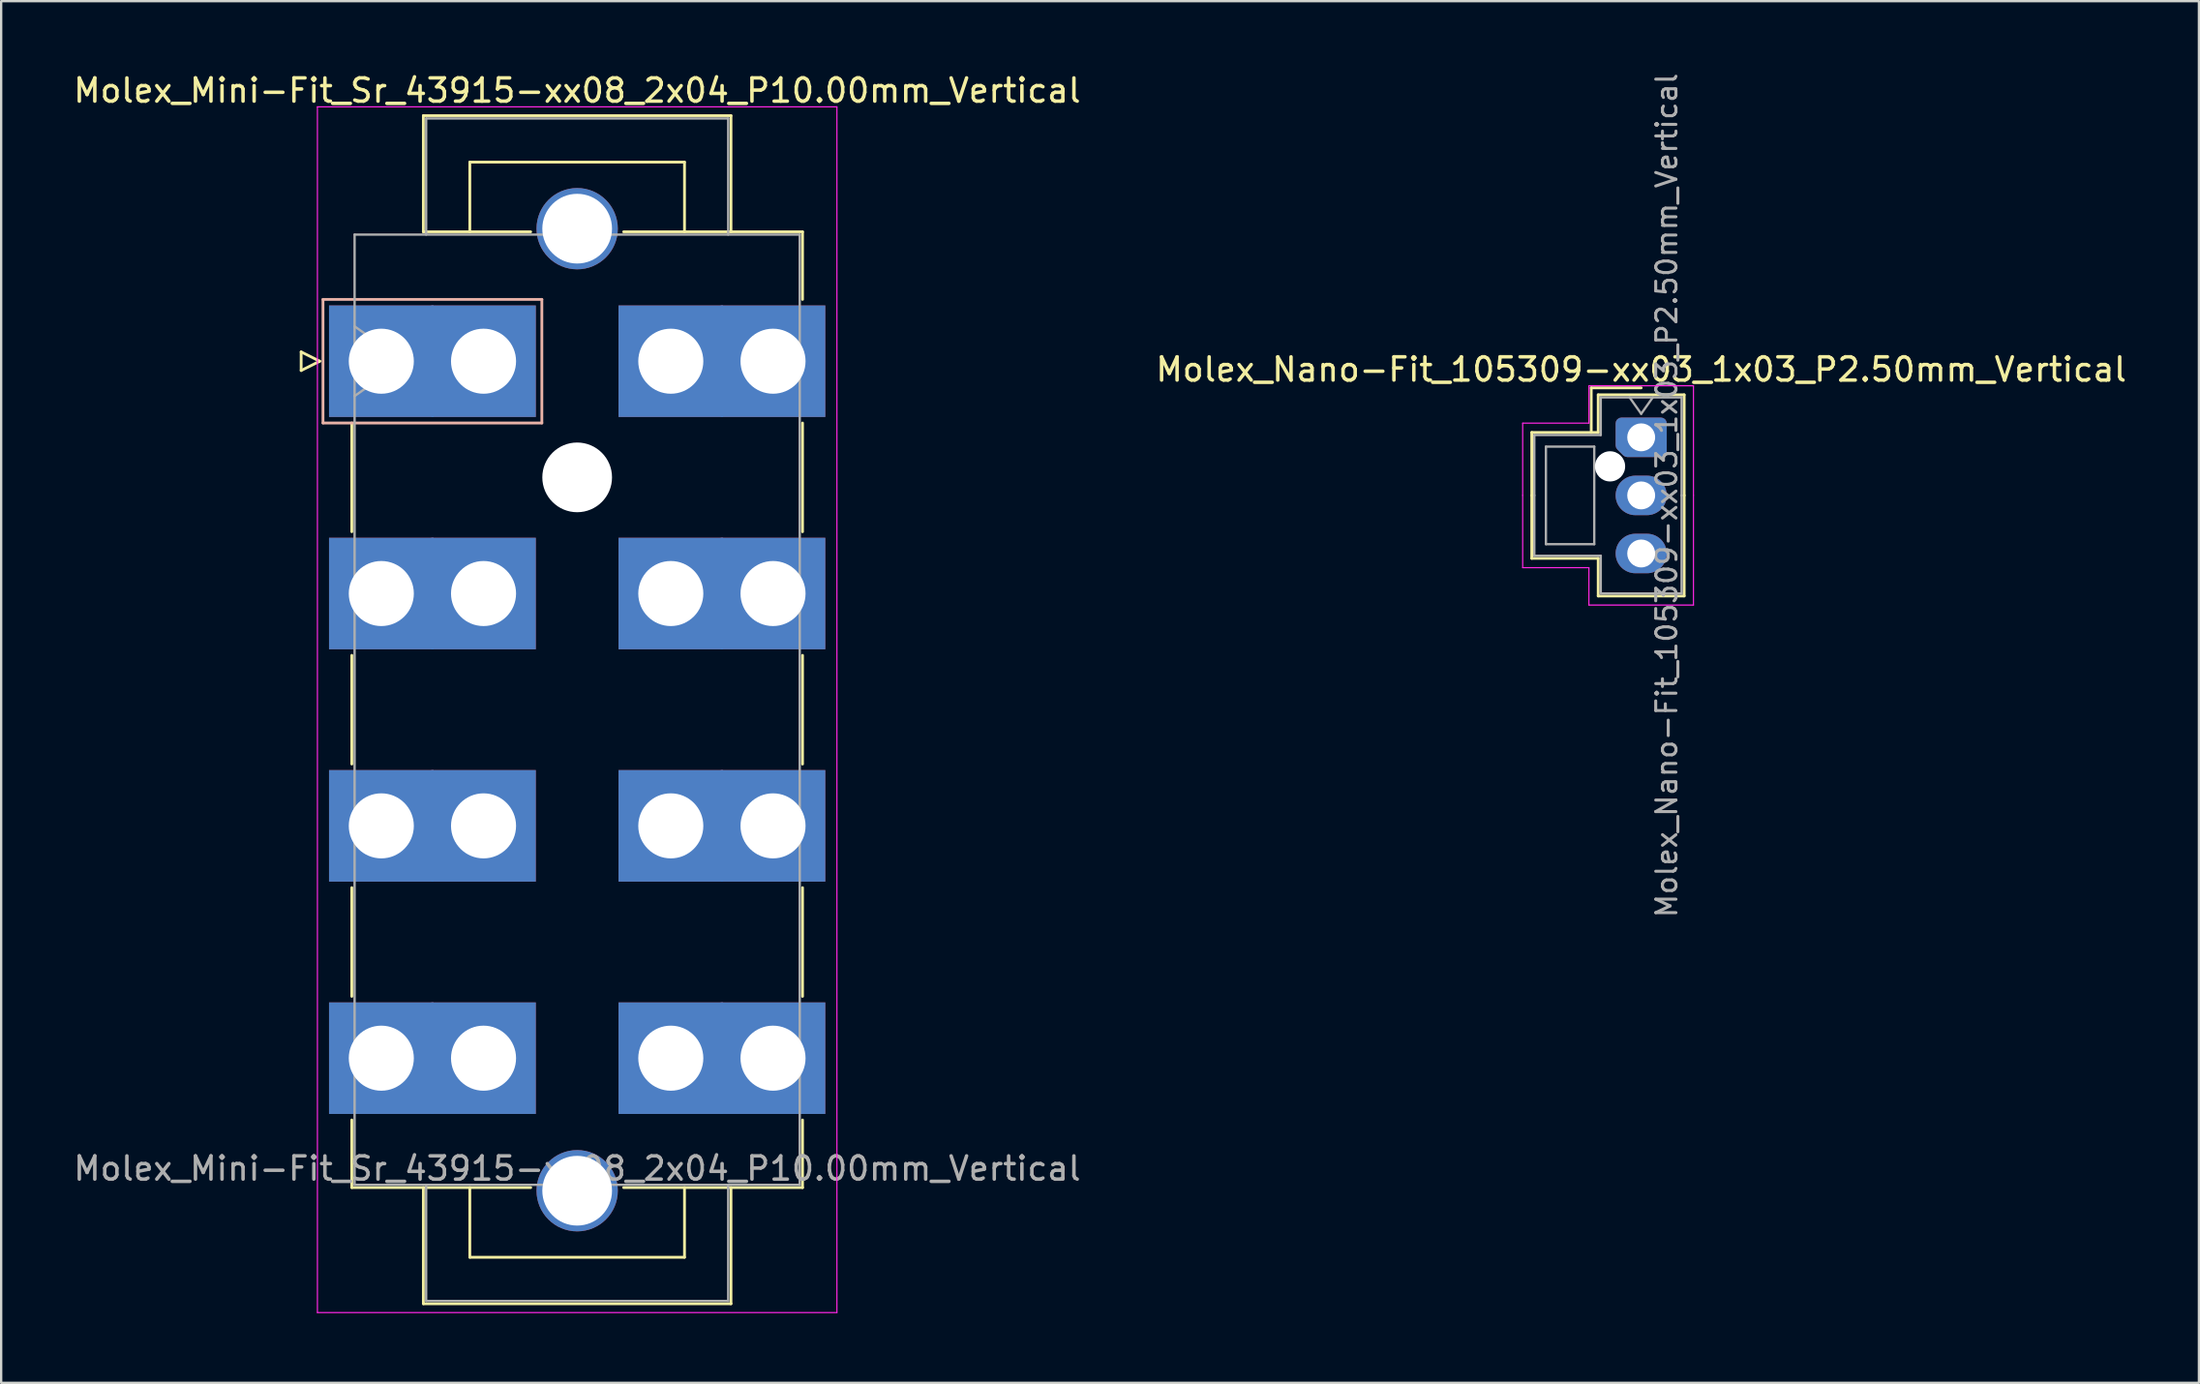
<source format=kicad_pcb>
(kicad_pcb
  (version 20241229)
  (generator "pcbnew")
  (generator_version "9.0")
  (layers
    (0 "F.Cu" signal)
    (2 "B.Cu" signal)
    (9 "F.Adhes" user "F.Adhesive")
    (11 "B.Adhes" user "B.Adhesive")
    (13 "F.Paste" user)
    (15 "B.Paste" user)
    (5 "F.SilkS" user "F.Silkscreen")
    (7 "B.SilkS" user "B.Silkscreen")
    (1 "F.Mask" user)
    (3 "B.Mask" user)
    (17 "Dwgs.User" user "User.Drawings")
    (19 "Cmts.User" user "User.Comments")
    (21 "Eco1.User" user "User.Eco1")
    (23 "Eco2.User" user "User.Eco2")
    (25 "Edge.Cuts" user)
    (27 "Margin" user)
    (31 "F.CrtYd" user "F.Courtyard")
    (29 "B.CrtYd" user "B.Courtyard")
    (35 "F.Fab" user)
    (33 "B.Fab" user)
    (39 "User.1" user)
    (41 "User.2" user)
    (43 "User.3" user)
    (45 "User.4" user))
  (footprint "Molex_Nano-Fit_105309-xx03_1x03_P2.50mm_Vertical"
    (layer "F.Cu")
    (at 67.589 15.774)
    (property "Reference" "Molex_Nano-Fit_105309-xx03_1x03_P2.50mm_Vertical" (at 0 -2.92 0) (layer "F.SilkS") (effects (font (size 1 1) (thickness 0.15))))
    (attr through_hole)
    (fp_line (start -4.71 -0.21) (end -4.71 2.5) (stroke (width 0.12) (type solid)) (layer "F.SilkS"))
    (fp_line (start -4.71 5.21) (end -4.71 2.5) (stroke (width 0.12) (type solid)) (layer "F.SilkS"))
    (fp_line (start -2.15 -2.13) (end -2.15 -0.21) (stroke (width 0.12) (type solid)) (layer "F.SilkS"))
    (fp_line (start -1.85 -1.83) (end -1.85 -0.21) (stroke (width 0.12) (type solid)) (layer "F.SilkS"))
    (fp_line (start -1.85 -0.21) (end -4.71 -0.21) (stroke (width 0.12) (type solid)) (layer "F.SilkS"))
    (fp_line (start -1.85 5.21) (end -4.71 5.21) (stroke (width 0.12) (type solid)) (layer "F.SilkS"))
    (fp_line (start -1.85 6.83) (end -1.85 5.21) (stroke (width 0.12) (type solid)) (layer "F.SilkS"))
    (fp_line (start 0 -2.13) (end -2.15 -2.13) (stroke (width 0.12) (type solid)) (layer "F.SilkS"))
    (fp_line (start 1.85 -1.83) (end -1.85 -1.83) (stroke (width 0.12) (type solid)) (layer "F.SilkS"))
    (fp_line (start 1.85 2.5) (end 1.85 -1.83) (stroke (width 0.12) (type solid)) (layer "F.SilkS"))
    (fp_line (start 1.85 2.5) (end 1.85 6.83) (stroke (width 0.12) (type solid)) (layer "F.SilkS"))
    (fp_line (start 1.85 6.83) (end -1.85 6.83) (stroke (width 0.12) (type solid)) (layer "F.SilkS"))
    (fp_line (start -5.1 -0.61) (end -5.1 2.5) (stroke (width 0.05) (type solid)) (layer "F.CrtYd"))
    (fp_line (start -5.1 5.61) (end -5.1 2.5) (stroke (width 0.05) (type solid)) (layer "F.CrtYd"))
    (fp_line (start -2.25 -2.22) (end -2.25 -0.61) (stroke (width 0.05) (type solid)) (layer "F.CrtYd"))
    (fp_line (start -2.25 -0.61) (end -5.1 -0.61) (stroke (width 0.05) (type solid)) (layer "F.CrtYd"))
    (fp_line (start -2.25 5.61) (end -5.1 5.61) (stroke (width 0.05) (type solid)) (layer "F.CrtYd"))
    (fp_line (start -2.25 7.22) (end -2.25 5.61) (stroke (width 0.05) (type solid)) (layer "F.CrtYd"))
    (fp_line (start 2.25 -2.22) (end -2.25 -2.22) (stroke (width 0.05) (type solid)) (layer "F.CrtYd"))
    (fp_line (start 2.25 2.5) (end 2.25 -2.22) (stroke (width 0.05) (type solid)) (layer "F.CrtYd"))
    (fp_line (start 2.25 2.5) (end 2.25 7.22) (stroke (width 0.05) (type solid)) (layer "F.CrtYd"))
    (fp_line (start 2.25 7.22) (end -2.25 7.22) (stroke (width 0.05) (type solid)) (layer "F.CrtYd"))
    (fp_line (start -4.6 -0.1) (end -4.6 2.5) (stroke (width 0.1) (type solid)) (layer "F.Fab"))
    (fp_line (start -4.6 5.1) (end -4.6 2.5) (stroke (width 0.1) (type solid)) (layer "F.Fab"))
    (fp_line (start -4.1 0.4) (end -4.1 4.6) (stroke (width 0.1) (type solid)) (layer "F.Fab"))
    (fp_line (start -4.1 4.6) (end -2.02 4.6) (stroke (width 0.1) (type solid)) (layer "F.Fab"))
    (fp_line (start -2.02 0.4) (end -4.1 0.4) (stroke (width 0.1) (type solid)) (layer "F.Fab"))
    (fp_line (start -2.02 4.6) (end -2.02 0.4) (stroke (width 0.1) (type solid)) (layer "F.Fab"))
    (fp_line (start -1.74 -1.72) (end -1.74 -0.1) (stroke (width 0.1) (type solid)) (layer "F.Fab"))
    (fp_line (start -1.74 -0.1) (end -4.6 -0.1) (stroke (width 0.1) (type solid)) (layer "F.Fab"))
    (fp_line (start -1.74 5.1) (end -4.6 5.1) (stroke (width 0.1) (type solid)) (layer "F.Fab"))
    (fp_line (start -1.74 6.72) (end -1.74 5.1) (stroke (width 0.1) (type solid)) (layer "F.Fab"))
    (fp_line (start -0.5 -1.72) (end 0 -1.013) (stroke (width 0.1) (type solid)) (layer "F.Fab"))
    (fp_line (start 0 -1.013) (end 0.5 -1.72) (stroke (width 0.1) (type solid)) (layer "F.Fab"))
    (fp_line (start 1.74 -1.72) (end -1.74 -1.72) (stroke (width 0.1) (type solid)) (layer "F.Fab"))
    (fp_line (start 1.74 2.5) (end 1.74 -1.72) (stroke (width 0.1) (type solid)) (layer "F.Fab"))
    (fp_line (start 1.74 2.5) (end 1.74 6.72) (stroke (width 0.1) (type solid)) (layer "F.Fab"))
    (fp_line (start 1.74 6.72) (end -1.74 6.72) (stroke (width 0.1) (type solid)) (layer "F.Fab"))
    (fp_text user "${REFERENCE}" (at 1.1 2.5 90) (layer "F.Fab") (effects (font (size 0.87 0.87) (thickness 0.13))))
    (pad "" np_thru_hole circle (at -1.34 1.25) (size 1.3 1.3) (drill 1.3) (layers "*.Cu" "*.Mask"))
    (pad "1" thru_hole custom (at 0 0) (size 1.417 1.417) (drill 1.2) (layers "*.Cu" "*.Mask") (options (anchor circle)) (primitives (gr_poly (pts (xy -0.85 -0.6) (xy 0.85 -0.6) (xy 0.85 0.6) (xy -0.596 0.6) (xy -0.85 0.346)) (width 0.5) (fill yes))))
    (pad "2" thru_hole oval (at 0 2.5) (size 2.2 1.7) (drill 1.2) (layers "*.Cu" "*.Mask"))
    (pad "3" thru_hole oval (at 0 5) (size 2.2 1.7) (drill 1.2) (layers "*.Cu" "*.Mask")))
  (footprint "Molex_Mini-Fit_Sr_43915-xx08_2x04_P10.00mm_Vertical"
    (layer "F.Cu")
    (at 13.362 12.498)
    (property "Reference" "Molex_Mini-Fit_Sr_43915-xx08_2x04_P10.00mm_Vertical" (at 8.43 -11.65 0) (layer "F.SilkS") (effects (font (size 1 1) (thickness 0.15))))
    (attr through_hole)
    (fp_line (start -3.45 -0.4) (end -3.45 0.4) (stroke (width 0.12) (type solid)) (layer "F.SilkS"))
    (fp_line (start -3.45 0.4) (end -2.65 0) (stroke (width 0.12) (type solid)) (layer "F.SilkS"))
    (fp_line (start -2.65 0) (end -3.45 -0.4) (stroke (width 0.12) (type solid)) (layer "F.SilkS"))
    (fp_line (start -1.27 2.66) (end -1.27 7.34) (stroke (width 0.12) (type solid)) (layer "F.SilkS"))
    (fp_line (start -1.27 12.66) (end -1.27 17.34) (stroke (width 0.12) (type solid)) (layer "F.SilkS"))
    (fp_line (start -1.27 22.66) (end -1.27 27.34) (stroke (width 0.12) (type solid)) (layer "F.SilkS"))
    (fp_line (start -1.27 32.66) (end -1.27 35.57) (stroke (width 0.12) (type solid)) (layer "F.SilkS"))
    (fp_line (start -1.27 35.57) (end 6.43 35.57) (stroke (width 0.12) (type solid)) (layer "F.SilkS"))
    (fp_line (start 1.81 -10.57) (end 15.05 -10.57) (stroke (width 0.12) (type solid)) (layer "F.SilkS"))
    (fp_line (start 1.81 -5.57) (end 1.81 -10.57) (stroke (width 0.12) (type solid)) (layer "F.SilkS"))
    (fp_line (start 1.81 35.57) (end 1.81 40.57) (stroke (width 0.12) (type solid)) (layer "F.SilkS"))
    (fp_line (start 1.81 40.57) (end 15.05 40.57) (stroke (width 0.12) (type solid)) (layer "F.SilkS"))
    (fp_line (start 3.81 -8.57) (end 13.05 -8.57) (stroke (width 0.12) (type solid)) (layer "F.SilkS"))
    (fp_line (start 3.81 -5.57) (end 3.81 -8.57) (stroke (width 0.12) (type solid)) (layer "F.SilkS"))
    (fp_line (start 3.81 35.57) (end 3.81 38.57) (stroke (width 0.12) (type solid)) (layer "F.SilkS"))
    (fp_line (start 3.81 38.57) (end 13.05 38.57) (stroke (width 0.12) (type solid)) (layer "F.SilkS"))
    (fp_line (start 6.43 -5.57) (end 1.81 -5.57) (stroke (width 0.12) (type solid)) (layer "F.SilkS"))
    (fp_line (start 13.05 -8.57) (end 13.05 -5.57) (stroke (width 0.12) (type solid)) (layer "F.SilkS"))
    (fp_line (start 13.05 38.57) (end 13.05 35.57) (stroke (width 0.12) (type solid)) (layer "F.SilkS"))
    (fp_line (start 15.05 -10.57) (end 15.05 -5.57) (stroke (width 0.12) (type solid)) (layer "F.SilkS"))
    (fp_line (start 15.05 40.57) (end 15.05 35.57) (stroke (width 0.12) (type solid)) (layer "F.SilkS"))
    (fp_line (start 18.13 -5.57) (end 10.43 -5.57) (stroke (width 0.12) (type solid)) (layer "F.SilkS"))
    (fp_line (start 18.13 -2.66) (end 18.13 -5.57) (stroke (width 0.12) (type solid)) (layer "F.SilkS"))
    (fp_line (start 18.13 2.66) (end 18.13 7.34) (stroke (width 0.12) (type solid)) (layer "F.SilkS"))
    (fp_line (start 18.13 12.66) (end 18.13 17.34) (stroke (width 0.12) (type solid)) (layer "F.SilkS"))
    (fp_line (start 18.13 22.66) (end 18.13 27.34) (stroke (width 0.12) (type solid)) (layer "F.SilkS"))
    (fp_line (start 18.13 32.66) (end 18.13 35.57) (stroke (width 0.12) (type solid)) (layer "F.SilkS"))
    (fp_line (start 18.13 35.57) (end 10.43 35.57) (stroke (width 0.12) (type solid)) (layer "F.SilkS"))
    (fp_line (start -2.51 -2.66) (end -2.51 2.66) (stroke (width 0.12) (type solid)) (layer "B.SilkS"))
    (fp_line (start -2.51 2.66) (end 6.91 2.66) (stroke (width 0.12) (type solid)) (layer "B.SilkS"))
    (fp_line (start 6.91 -2.66) (end -2.51 -2.66) (stroke (width 0.12) (type solid)) (layer "B.SilkS"))
    (fp_line (start 6.91 2.66) (end 6.91 -2.66) (stroke (width 0.12) (type solid)) (layer "B.SilkS"))
    (fp_line (start -2.75 -10.95) (end -2.75 40.95) (stroke (width 0.05) (type solid)) (layer "F.CrtYd"))
    (fp_line (start -2.75 40.95) (end 19.61 40.95) (stroke (width 0.05) (type solid)) (layer "F.CrtYd"))
    (fp_line (start 19.61 -10.95) (end -2.75 -10.95) (stroke (width 0.05) (type solid)) (layer "F.CrtYd"))
    (fp_line (start 19.61 40.95) (end 19.61 -10.95) (stroke (width 0.05) (type solid)) (layer "F.CrtYd"))
    (fp_line (start -1.15 -5.45) (end -1.15 35.45) (stroke (width 0.1) (type solid)) (layer "F.Fab"))
    (fp_line (start -1.15 -1.5) (end 0.971 0) (stroke (width 0.1) (type solid)) (layer "F.Fab"))
    (fp_line (start -1.15 35.45) (end 18.01 35.45) (stroke (width 0.1) (type solid)) (layer "F.Fab"))
    (fp_line (start 0.971 0) (end -1.15 1.5) (stroke (width 0.1) (type solid)) (layer "F.Fab"))
    (fp_line (start 1.93 -10.45) (end 14.93 -10.45) (stroke (width 0.1) (type solid)) (layer "F.Fab"))
    (fp_line (start 1.93 -5.45) (end 1.93 -10.45) (stroke (width 0.1) (type solid)) (layer "F.Fab"))
    (fp_line (start 1.93 35.45) (end 1.93 40.45) (stroke (width 0.1) (type solid)) (layer "F.Fab"))
    (fp_line (start 1.93 40.45) (end 14.93 40.45) (stroke (width 0.1) (type solid)) (layer "F.Fab"))
    (fp_line (start 14.93 -10.45) (end 14.93 -5.45) (stroke (width 0.1) (type solid)) (layer "F.Fab"))
    (fp_line (start 14.93 40.45) (end 14.93 35.45) (stroke (width 0.1) (type solid)) (layer "F.Fab"))
    (fp_line (start 18.01 -5.45) (end -1.15 -5.45) (stroke (width 0.1) (type solid)) (layer "F.Fab"))
    (fp_line (start 18.01 35.45) (end 18.01 -5.45) (stroke (width 0.1) (type solid)) (layer "F.Fab"))
    (fp_text user "${REFERENCE}" (at 8.43 34.75 0) (layer "F.Fab") (effects (font (size 1 1) (thickness 0.15))))
    (pad "" thru_hole circle (at 8.43 -5.705) (size 3.5 3.5) (drill 3) (layers "*.Cu" "*.Mask"))
    (pad "" np_thru_hole circle (at 8.43 5) (size 3 3) (drill 3) (layers "*.Cu" "*.Mask"))
    (pad "" thru_hole circle (at 8.43 35.705) (size 3.5 3.5) (drill 3) (layers "*.Cu" "*.Mask"))
    (pad "1" thru_hole rect (at 0 0) (size 4.5 4.8) (drill 2.8) (layers "*.Cu" "*.Mask"))
    (pad "1" thru_hole rect (at 4.4 0) (size 4.5 4.8) (drill 2.8) (layers "*.Cu" "*.Mask"))
    (pad "2" thru_hole rect (at 0 10) (size 4.5 4.8) (drill 2.8) (layers "*.Cu" "*.Mask"))
    (pad "2" thru_hole rect (at 4.4 10) (size 4.5 4.8) (drill 2.8) (layers "*.Cu" "*.Mask"))
    (pad "3" thru_hole rect (at 0 20) (size 4.5 4.8) (drill 2.8) (layers "*.Cu" "*.Mask"))
    (pad "3" thru_hole rect (at 4.4 20) (size 4.5 4.8) (drill 2.8) (layers "*.Cu" "*.Mask"))
    (pad "4" thru_hole rect (at 0 30) (size 4.5 4.8) (drill 2.8) (layers "*.Cu" "*.Mask"))
    (pad "4" thru_hole rect (at 4.4 30) (size 4.5 4.8) (drill 2.8) (layers "*.Cu" "*.Mask"))
    (pad "5" thru_hole rect (at 12.46 0) (size 4.5 4.8) (drill 2.8) (layers "*.Cu" "*.Mask"))
    (pad "5" thru_hole rect (at 16.86 0) (size 4.5 4.8) (drill 2.8) (layers "*.Cu" "*.Mask"))
    (pad "6" thru_hole rect (at 12.46 10) (size 4.5 4.8) (drill 2.8) (layers "*.Cu" "*.Mask"))
    (pad "6" thru_hole rect (at 16.86 10) (size 4.5 4.8) (drill 2.8) (layers "*.Cu" "*.Mask"))
    (pad "7" thru_hole rect (at 12.46 20) (size 4.5 4.8) (drill 2.8) (layers "*.Cu" "*.Mask"))
    (pad "7" thru_hole rect (at 16.86 20) (size 4.5 4.8) (drill 2.8) (layers "*.Cu" "*.Mask"))
    (pad "8" thru_hole rect (at 12.46 30) (size 4.5 4.8) (drill 2.8) (layers "*.Cu" "*.Mask"))
    (pad "8" thru_hole rect (at 16.86 30) (size 4.5 4.8) (drill 2.8) (layers "*.Cu" "*.Mask")))
  (gr_rect
    (start -3 -3)
    (end 91.595 56.473)
    (stroke (width 0.1) (type default))
    (fill no)
    (layer "Edge.Cuts")))
</source>
